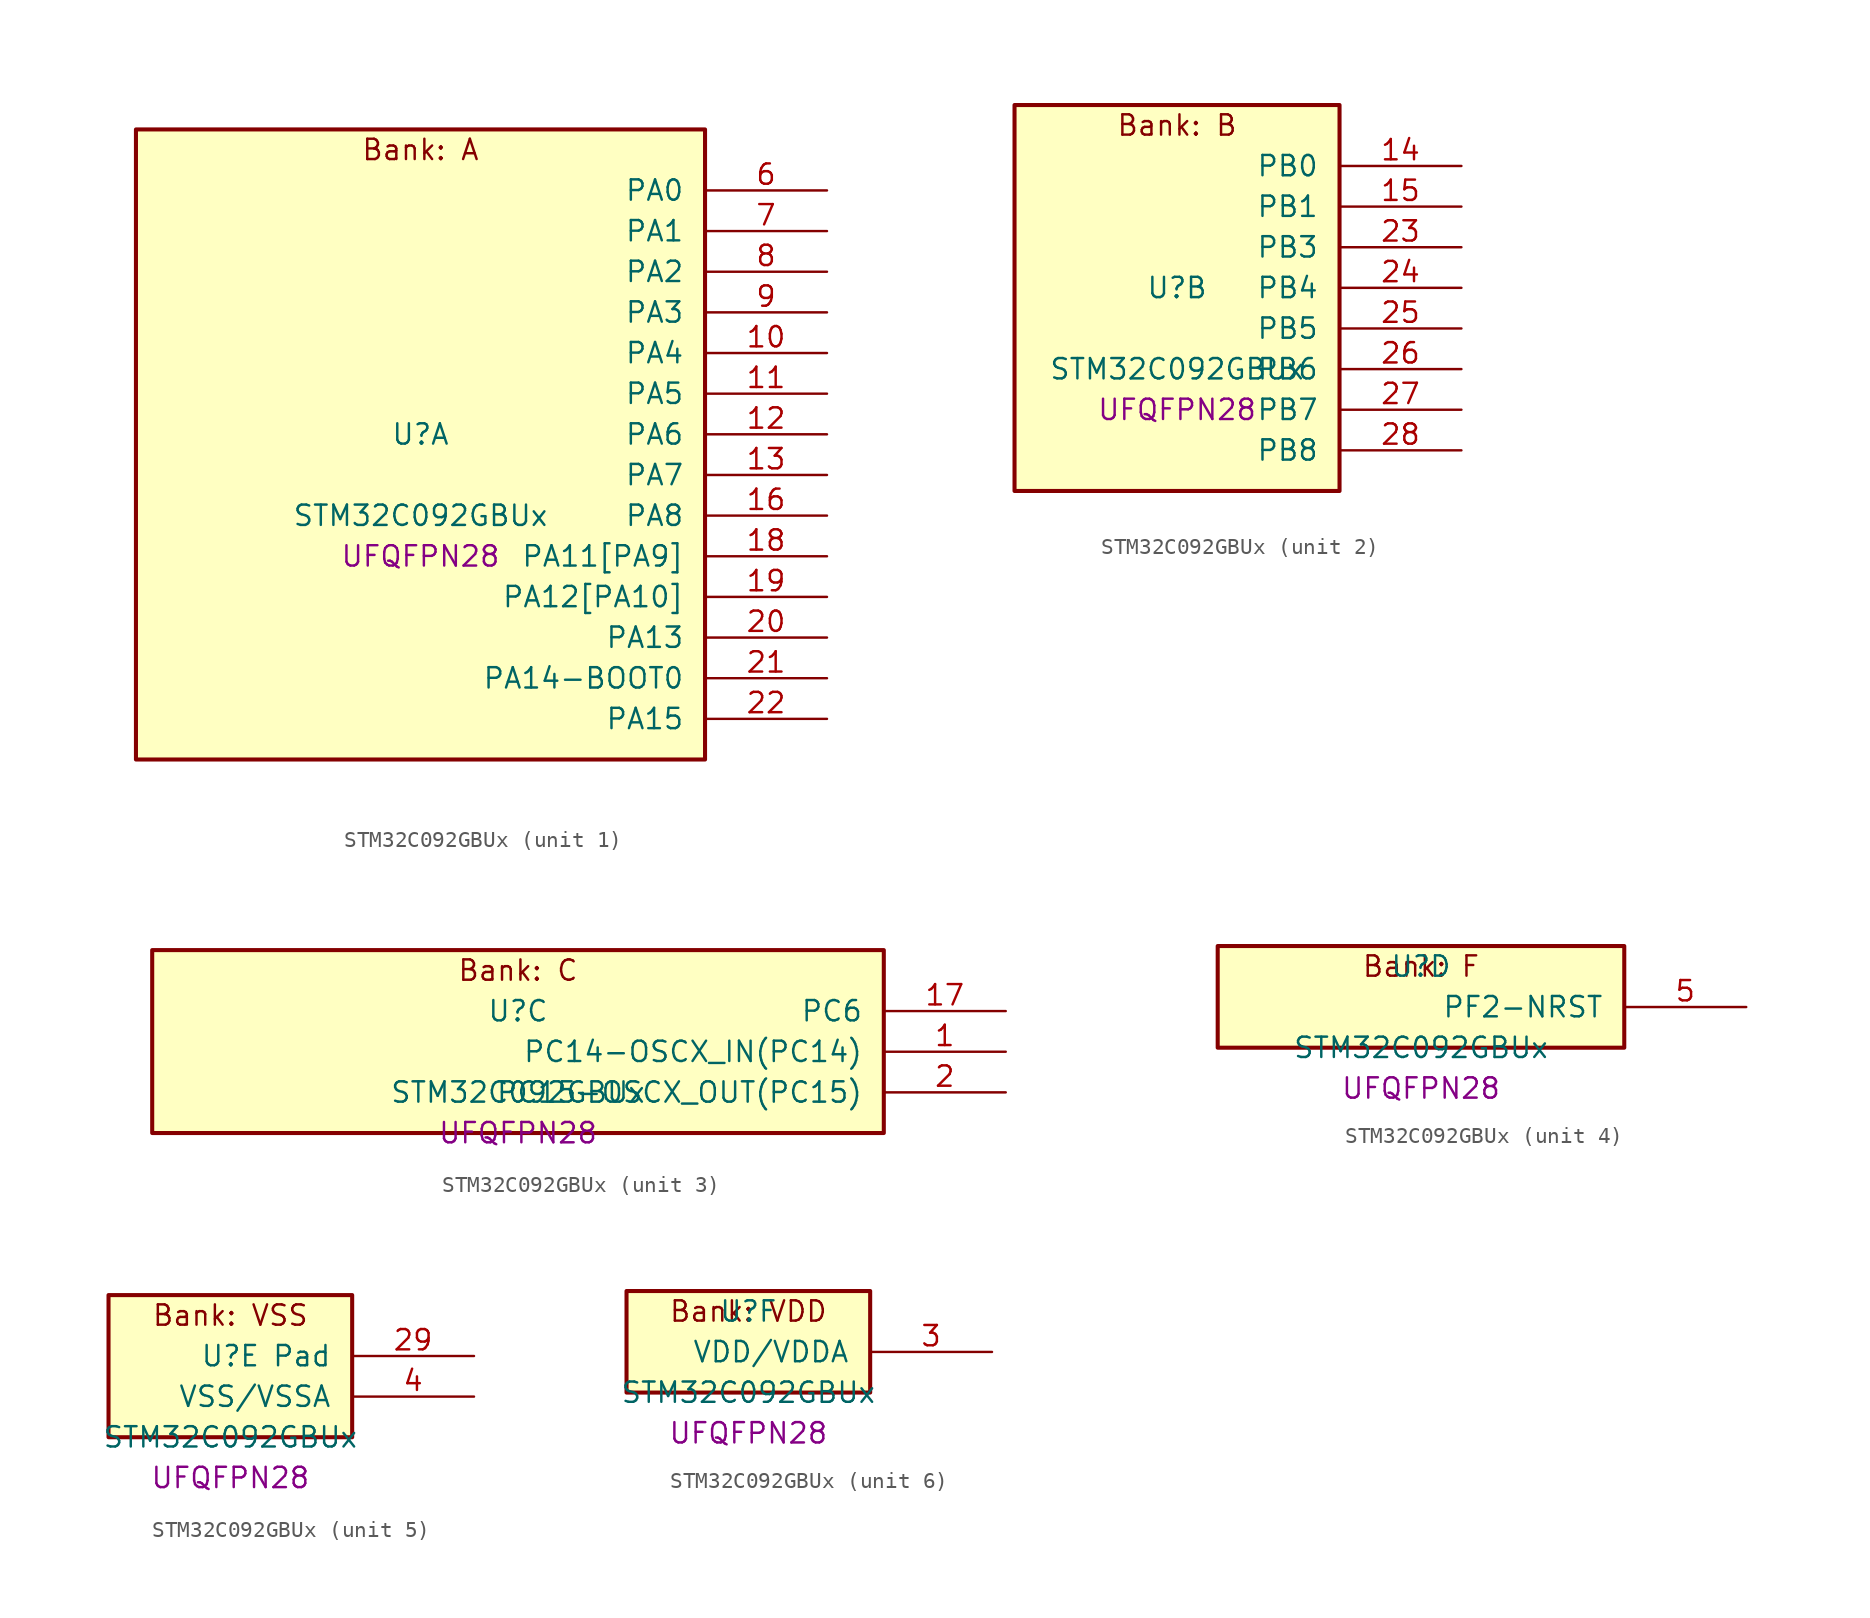
<source format=kicad_sym>
(kicad_symbol_lib
  (version 20241209)
  (generator "stm32_pkl_generator")
  (generator_version "1.0")
  (symbol "STM32C092GBUx"
    (pin_names
      (offset 1.27))
    (property "Reference" "U"
      (at 0 2.54 0))
    (property "Value" "STM32C092GBUx"
      (at 0 -2.54 0))
    (property "Footprint" "UFQFPN28"
      (at 0 -5.08 0))
    (symbol "STM32C092GBUx_1_1"
      (rectangle (start -17.78 21.59) (end 17.78 -17.78) (stroke (width 0.254) (type solid)) (fill (type background)))
      (text "Bank: A" (at 0 20.32 0))
      (pin bidirectional line (at 25.4 17.78 180) (length 7.62) (name "PA0") (number "6") (alternate "PA0/ADC1_IN0" bidirectional line) (alternate "PA0/PWR_WKUP1" bidirectional line) (alternate "PA0/SPI2_SCK" bidirectional line) (alternate "PA0/TIM16_CH1" bidirectional line) (alternate "PA0/TIM1_CH1" bidirectional line) (alternate "PA0/TIM2_CH1" bidirectional line) (alternate "PA0/TIM2_ETR" bidirectional line) (alternate "PA0/USART1_TX" bidirectional line) (alternate "PA0/USART2_CTS" bidirectional line) (alternate "PA0/USART2_NSS" bidirectional line) (alternate "PA0/USART4_TX" bidirectional line))
      (pin bidirectional line (at 25.4 15.24 180) (length 7.62) (name "PA1") (number "7") (alternate "PA1/ADC1_IN1" bidirectional line) (alternate "PA1/I2C1_SMBA" bidirectional line) (alternate "PA1/I2S1_CK" bidirectional line) (alternate "PA1/SPI1_SCK" bidirectional line) (alternate "PA1/TIM15_CH1N" bidirectional line) (alternate "PA1/TIM17_CH1" bidirectional line) (alternate "PA1/TIM1_CH2" bidirectional line) (alternate "PA1/TIM2_CH2" bidirectional line) (alternate "PA1/USART1_RX" bidirectional line) (alternate "PA1/USART2_CK" bidirectional line) (alternate "PA1/USART2_DE" bidirectional line) (alternate "PA1/USART2_RTS" bidirectional line) (alternate "PA1/USART4_RX" bidirectional line))
      (pin bidirectional line (at 25.4 12.7 180) (length 7.62) (name "PA2") (number "8") (alternate "PA2/ADC1_IN2" bidirectional line) (alternate "PA2/I2S1_SD" bidirectional line) (alternate "PA2/PWR_WKUP4" bidirectional line) (alternate "PA2/RCC_LSCO" bidirectional line) (alternate "PA2/SPI1_MOSI" bidirectional line) (alternate "PA2/TIM15_CH1" bidirectional line) (alternate "PA2/TIM16_CH1N" bidirectional line) (alternate "PA2/TIM1_CH3" bidirectional line) (alternate "PA2/TIM2_CH3" bidirectional line) (alternate "PA2/TIM3_ETR" bidirectional line) (alternate "PA2/USART2_TX" bidirectional line))
      (pin bidirectional line (at 25.4 10.16 180) (length 7.62) (name "PA3") (number "9") (alternate "PA3/ADC1_IN3" bidirectional line) (alternate "PA3/SPI2_MISO" bidirectional line) (alternate "PA3/TIM15_CH2" bidirectional line) (alternate "PA3/TIM1_CH1N" bidirectional line) (alternate "PA3/TIM1_CH4" bidirectional line) (alternate "PA3/TIM2_CH4" bidirectional line) (alternate "PA3/USART2_RX" bidirectional line))
      (pin bidirectional line (at 25.4 7.62 180) (length 7.62) (name "PA4") (number "10") (alternate "PA4/ADC1_IN4" bidirectional line) (alternate "PA4/I2S1_WS" bidirectional line) (alternate "PA4/PWR_WKUP2" bidirectional line) (alternate "PA4/RTC_OUT1" bidirectional line) (alternate "PA4/RTC_TS" bidirectional line) (alternate "PA4/SPI1_NSS" bidirectional line) (alternate "PA4/SPI2_MOSI" bidirectional line) (alternate "PA4/TIM14_CH1" bidirectional line) (alternate "PA4/TIM17_CH1N" bidirectional line) (alternate "PA4/TIM1_CH2N" bidirectional line) (alternate "PA4/USART2_TX" bidirectional line))
      (pin bidirectional line (at 25.4 5.08 180) (length 7.62) (name "PA5") (number "11") (alternate "PA5/ADC1_IN5" bidirectional line) (alternate "PA5/I2S1_CK" bidirectional line) (alternate "PA5/SPI1_SCK" bidirectional line) (alternate "PA5/TIM1_CH1" bidirectional line) (alternate "PA5/TIM1_CH3N" bidirectional line) (alternate "PA5/TIM2_CH1" bidirectional line) (alternate "PA5/TIM2_ETR" bidirectional line) (alternate "PA5/USART2_RX" bidirectional line) (alternate "PA5/USART3_TX" bidirectional line))
      (pin bidirectional line (at 25.4 2.54 180) (length 7.62) (name "PA6") (number "12") (alternate "PA6/ADC1_IN6" bidirectional line) (alternate "PA6/I2C2_SDA" bidirectional line) (alternate "PA6/I2S1_MCK" bidirectional line) (alternate "PA6/SPI1_MISO" bidirectional line) (alternate "PA6/TIM16_CH1" bidirectional line) (alternate "PA6/TIM1_BKIN" bidirectional line) (alternate "PA6/TIM3_CH1" bidirectional line) (alternate "PA6/USART3_CTS" bidirectional line) (alternate "PA6/USART3_NSS" bidirectional line))
      (pin bidirectional line (at 25.4 0 180) (length 7.62) (name "PA7") (number "13") (alternate "PA7/ADC1_IN7" bidirectional line) (alternate "PA7/I2C2_SCL" bidirectional line) (alternate "PA7/I2S1_SD" bidirectional line) (alternate "PA7/SPI1_MOSI" bidirectional line) (alternate "PA7/TIM14_CH1" bidirectional line) (alternate "PA7/TIM17_CH1" bidirectional line) (alternate "PA7/TIM1_CH1N" bidirectional line) (alternate "PA7/TIM3_CH2" bidirectional line))
      (pin bidirectional line (at 25.4 -2.54 180) (length 7.62) (name "PA8") (number "16") (alternate "PA8/ADC1_IN8" bidirectional line) (alternate "PA8/I2S1_WS" bidirectional line) (alternate "PA8/RCC_MCO" bidirectional line) (alternate "PA8/RCC_MCO_2" bidirectional line) (alternate "PA8/SPI1_NSS" bidirectional line) (alternate "PA8/SPI2_MISO" bidirectional line) (alternate "PA8/SPI2_NSS" bidirectional line) (alternate "PA8/TIM14_CH1" bidirectional line) (alternate "PA8/TIM1_CH1" bidirectional line) (alternate "PA8/TIM1_CH2N" bidirectional line) (alternate "PA8/TIM1_CH3N" bidirectional line) (alternate "PA8/TIM3_CH3" bidirectional line) (alternate "PA8/TIM3_CH4" bidirectional line) (alternate "PA8/USART1_RX" bidirectional line) (alternate "PA8/USART2_TX" bidirectional line))
      (pin bidirectional line (at 25.4 -5.08 180) (length 7.62) (name "PA11[PA9]") (number "18") (alternate "PA11[PA9]/ADC1_EXTI11" bidirectional line) (alternate "PA11[PA9]/FDCAN1_RX" bidirectional line) (alternate "PA11[PA9]/I2C2_SCL" bidirectional line) (alternate "PA11[PA9]/I2S1_MCK" bidirectional line) (alternate "PA11[PA9]/SPI1_MISO" bidirectional line) (alternate "PA11[PA9]/TIM1_BKIN2" bidirectional line) (alternate "PA11[PA9]/TIM1_CH4" bidirectional line) (alternate "PA11[PA9]/USART1_CTS" bidirectional line) (alternate "PA11[PA9]/USART1_NSS" bidirectional line) (alternate "PA11[PA9]/PA9[PA11]" bidirectional line) (alternate "PA11[PA9]/I2C1_SCL" bidirectional line) (alternate "PA11[PA9]/RCC_MCO" bidirectional line) (alternate "PA11[PA9]/SPI2_MISO" bidirectional line) (alternate "PA11[PA9]/TIM15_BKIN" bidirectional line) (alternate "PA11[PA9]/TIM1_CH2" bidirectional line) (alternate "PA11[PA9]/TIM3_ETR" bidirectional line) (alternate "PA11[PA9]/USART1_TX" bidirectional line))
      (pin bidirectional line (at 25.4 -7.62 180) (length 7.62) (name "PA12[PA10]") (number "19") (alternate "PA12[PA10]/FDCAN1_TX" bidirectional line) (alternate "PA12[PA10]/I2C2_SDA" bidirectional line) (alternate "PA12[PA10]/I2S1_SD" bidirectional line) (alternate "PA12[PA10]/I2S_CKIN" bidirectional line) (alternate "PA12[PA10]/SPI1_MOSI" bidirectional line) (alternate "PA12[PA10]/TIM1_ETR" bidirectional line) (alternate "PA12[PA10]/USART1_CK" bidirectional line) (alternate "PA12[PA10]/USART1_DE" bidirectional line) (alternate "PA12[PA10]/USART1_RTS" bidirectional line) (alternate "PA12[PA10]/PA10[PA12]" bidirectional line) (alternate "PA12[PA10]/I2C1_SDA" bidirectional line) (alternate "PA12[PA10]/RCC_MCO_2" bidirectional line) (alternate "PA12[PA10]/SPI2_MOSI" bidirectional line) (alternate "PA12[PA10]/TIM17_BKIN" bidirectional line) (alternate "PA12[PA10]/TIM1_CH3" bidirectional line) (alternate "PA12[PA10]/USART1_RX" bidirectional line))
      (pin bidirectional line (at 25.4 -10.16 180) (length 7.62) (name "PA13") (number "20") (alternate "PA13/ADC1_IN13" bidirectional line) (alternate "PA13/DEBUG_SWDIO" bidirectional line) (alternate "PA13/IR_OUT" bidirectional line) (alternate "PA13/TIM3_ETR" bidirectional line) (alternate "PA13/USART2_RX" bidirectional line))
      (pin bidirectional line (at 25.4 -12.7 180) (length 7.62) (name "PA14-BOOT0") (number "21") (alternate "PA14-BOOT0/ADC1_IN14" bidirectional line) (alternate "PA14-BOOT0/BOOT0" bidirectional line) (alternate "PA14-BOOT0/DEBUG_SWCLK" bidirectional line) (alternate "PA14-BOOT0/I2S1_WS" bidirectional line) (alternate "PA14-BOOT0/RCC_MCO_2" bidirectional line) (alternate "PA14-BOOT0/SPI1_NSS" bidirectional line) (alternate "PA14-BOOT0/TIM1_CH1" bidirectional line) (alternate "PA14-BOOT0/USART1_CK" bidirectional line) (alternate "PA14-BOOT0/USART1_DE" bidirectional line) (alternate "PA14-BOOT0/USART1_RTS" bidirectional line) (alternate "PA14-BOOT0/USART2_RX" bidirectional line) (alternate "PA14-BOOT0/USART2_TX" bidirectional line))
      (pin bidirectional line (at 25.4 -15.24 180) (length 7.62) (name "PA15") (number "22") (alternate "PA15/I2S1_WS" bidirectional line) (alternate "PA15/RCC_MCO_2" bidirectional line) (alternate "PA15/SPI1_NSS" bidirectional line) (alternate "PA15/TIM1_CH1" bidirectional line) (alternate "PA15/TIM2_CH1" bidirectional line) (alternate "PA15/TIM2_ETR" bidirectional line) (alternate "PA15/USART1_CK" bidirectional line) (alternate "PA15/USART1_DE" bidirectional line) (alternate "PA15/USART1_RTS" bidirectional line) (alternate "PA15/USART2_RX" bidirectional line) (alternate "PA15/USART3_CK" bidirectional line) (alternate "PA15/USART3_DE" bidirectional line) (alternate "PA15/USART3_RTS" bidirectional line) (alternate "PA15/USART4_CK" bidirectional line) (alternate "PA15/USART4_DE" bidirectional line) (alternate "PA15/USART4_RTS" bidirectional line)))
    (symbol "STM32C092GBUx_2_1"
      (rectangle (start -10.16 13.97) (end 10.16 -10.16) (stroke (width 0.254) (type solid)) (fill (type background)))
      (text "Bank: B" (at 0 12.7 0))
      (pin bidirectional line (at 17.78 10.16 180) (length 7.62) (name "PB0") (number "14") (alternate "PB0/ADC1_IN17" bidirectional line) (alternate "PB0/FDCAN1_RX" bidirectional line) (alternate "PB0/I2S1_WS" bidirectional line) (alternate "PB0/SPI1_NSS" bidirectional line) (alternate "PB0/TIM1_CH2N" bidirectional line) (alternate "PB0/TIM3_CH3" bidirectional line) (alternate "PB0/USART3_RX" bidirectional line))
      (pin bidirectional line (at 17.78 7.62 180) (length 7.62) (name "PB1") (number "15") (alternate "PB1/ADC1_IN18" bidirectional line) (alternate "PB1/FDCAN1_TX" bidirectional line) (alternate "PB1/TIM14_CH1" bidirectional line) (alternate "PB1/TIM1_CH2N" bidirectional line) (alternate "PB1/TIM1_CH3N" bidirectional line) (alternate "PB1/TIM3_CH4" bidirectional line) (alternate "PB1/USART3_CK" bidirectional line) (alternate "PB1/USART3_DE" bidirectional line) (alternate "PB1/USART3_RTS" bidirectional line))
      (pin bidirectional line (at 17.78 5.08 180) (length 7.62) (name "PB3") (number "23") (alternate "PB3/I2C2_SCL" bidirectional line) (alternate "PB3/I2S1_CK" bidirectional line) (alternate "PB3/SPI1_SCK" bidirectional line) (alternate "PB3/TIM1_CH2" bidirectional line) (alternate "PB3/TIM2_CH2" bidirectional line) (alternate "PB3/TIM3_CH2" bidirectional line) (alternate "PB3/USART1_CK" bidirectional line) (alternate "PB3/USART1_DE" bidirectional line) (alternate "PB3/USART1_RTS" bidirectional line))
      (pin bidirectional line (at 17.78 2.54 180) (length 7.62) (name "PB4") (number "24") (alternate "PB4/I2C2_SDA" bidirectional line) (alternate "PB4/I2S1_MCK" bidirectional line) (alternate "PB4/SPI1_MISO" bidirectional line) (alternate "PB4/TIM17_BKIN" bidirectional line) (alternate "PB4/TIM3_CH1" bidirectional line) (alternate "PB4/USART1_CTS" bidirectional line) (alternate "PB4/USART1_NSS" bidirectional line))
      (pin bidirectional line (at 17.78 0 180) (length 7.62) (name "PB5") (number "25") (alternate "PB5/FDCAN1_RX" bidirectional line) (alternate "PB5/I2C1_SMBA" bidirectional line) (alternate "PB5/I2S1_SD" bidirectional line) (alternate "PB5/PWR_WKUP6" bidirectional line) (alternate "PB5/SPI1_MOSI" bidirectional line) (alternate "PB5/TIM16_BKIN" bidirectional line) (alternate "PB5/TIM3_CH2" bidirectional line) (alternate "PB5/TIM3_CH3" bidirectional line))
      (pin bidirectional line (at 17.78 -2.54 180) (length 7.62) (name "PB6") (number "26") (alternate "PB6/FDCAN1_TX" bidirectional line) (alternate "PB6/I2C1_SCL" bidirectional line) (alternate "PB6/I2C1_SMBA" bidirectional line) (alternate "PB6/I2S1_CK" bidirectional line) (alternate "PB6/I2S1_MCK" bidirectional line) (alternate "PB6/I2S1_SD" bidirectional line) (alternate "PB6/PWR_WKUP3" bidirectional line) (alternate "PB6/SPI1_MISO" bidirectional line) (alternate "PB6/SPI1_MOSI" bidirectional line) (alternate "PB6/SPI1_SCK" bidirectional line) (alternate "PB6/SPI2_MISO" bidirectional line) (alternate "PB6/TIM16_BKIN" bidirectional line) (alternate "PB6/TIM16_CH1N" bidirectional line) (alternate "PB6/TIM1_CH2" bidirectional line) (alternate "PB6/TIM1_CH3" bidirectional line) (alternate "PB6/TIM3_CH1" bidirectional line) (alternate "PB6/TIM3_CH2" bidirectional line) (alternate "PB6/TIM3_CH3" bidirectional line) (alternate "PB6/USART1_CTS" bidirectional line) (alternate "PB6/USART1_NSS" bidirectional line) (alternate "PB6/USART1_TX" bidirectional line))
      (pin bidirectional line (at 17.78 -5.08 180) (length 7.62) (name "PB7") (number "27") (alternate "PB7/I2C1_SCL" bidirectional line) (alternate "PB7/I2C1_SDA" bidirectional line) (alternate "PB7/RTC_REFIN" bidirectional line) (alternate "PB7/SPI2_MOSI" bidirectional line) (alternate "PB7/TIM16_CH1" bidirectional line) (alternate "PB7/TIM17_CH1N" bidirectional line) (alternate "PB7/TIM1_CH4" bidirectional line) (alternate "PB7/TIM3_CH1" bidirectional line) (alternate "PB7/TIM3_CH4" bidirectional line) (alternate "PB7/USART1_RX" bidirectional line) (alternate "PB7/USART2_CTS" bidirectional line) (alternate "PB7/USART2_NSS" bidirectional line) (alternate "PB7/USART4_CTS" bidirectional line) (alternate "PB7/USART4_NSS" bidirectional line))
      (pin bidirectional line (at 17.78 -7.62 180) (length 7.62) (name "PB8") (number "28") (alternate "PB8/FDCAN1_RX" bidirectional line) (alternate "PB8/I2C1_SCL" bidirectional line) (alternate "PB8/SPI2_SCK" bidirectional line) (alternate "PB8/TIM15_BKIN" bidirectional line) (alternate "PB8/TIM16_CH1" bidirectional line) (alternate "PB8/TIM3_CH1" bidirectional line) (alternate "PB8/USART2_CTS" bidirectional line) (alternate "PB8/USART2_NSS" bidirectional line) (alternate "PB8/USART3_TX" bidirectional line)))
    (symbol "STM32C092GBUx_3_1"
      (rectangle (start -22.86 6.35) (end 22.86 -5.08) (stroke (width 0.254) (type solid)) (fill (type background)))
      (text "Bank: C" (at 0 5.08 0))
      (pin bidirectional line (at 30.48 2.54 180) (length 7.62) (name "PC6") (number "17") (alternate "PC6/TIM2_CH3" bidirectional line) (alternate "PC6/TIM3_CH1" bidirectional line))
      (pin bidirectional line (at 30.48 0 180) (length 7.62) (name "PC14-OSCX_IN(PC14)") (number "1") (alternate "PC14-OSCX_IN(PC14)/FDCAN1_TX" bidirectional line) (alternate "PC14-OSCX_IN(PC14)/I2C1_SDA" bidirectional line) (alternate "PC14-OSCX_IN(PC14)/IR_OUT" bidirectional line) (alternate "PC14-OSCX_IN(PC14)/RCC_OSCX_IN" bidirectional line) (alternate "PC14-OSCX_IN(PC14)/SPI2_NSS" bidirectional line) (alternate "PC14-OSCX_IN(PC14)/TIM17_CH1" bidirectional line) (alternate "PC14-OSCX_IN(PC14)/TIM1_BKIN2" bidirectional line) (alternate "PC14-OSCX_IN(PC14)/TIM1_ETR" bidirectional line) (alternate "PC14-OSCX_IN(PC14)/TIM3_CH2" bidirectional line) (alternate "PC14-OSCX_IN(PC14)/USART1_TX" bidirectional line) (alternate "PC14-OSCX_IN(PC14)/USART2_CK" bidirectional line) (alternate "PC14-OSCX_IN(PC14)/USART2_DE" bidirectional line) (alternate "PC14-OSCX_IN(PC14)/USART2_RTS" bidirectional line) (alternate "PC14-OSCX_IN(PC14)/USART3_TX" bidirectional line))
      (pin bidirectional line (at 30.48 -2.54 180) (length 7.62) (name "PC15-OSCX_OUT(PC15)") (number "2") (alternate "PC15-OSCX_OUT(PC15)/RCC_OSC32_EN" bidirectional line) (alternate "PC15-OSCX_OUT(PC15)/RCC_OSCX_OUT" bidirectional line) (alternate "PC15-OSCX_OUT(PC15)/RCC_OSC_EN" bidirectional line) (alternate "PC15-OSCX_OUT(PC15)/TIM15_BKIN" bidirectional line) (alternate "PC15-OSCX_OUT(PC15)/TIM1_ETR" bidirectional line) (alternate "PC15-OSCX_OUT(PC15)/TIM3_CH3" bidirectional line)))
    (symbol "STM32C092GBUx_4_1"
      (rectangle (start -12.7 3.81) (end 12.7 -2.54) (stroke (width 0.254) (type solid)) (fill (type background)))
      (text "Bank: F" (at 0 2.54 0))
      (pin bidirectional line (at 20.32 0 180) (length 7.62) (name "PF2-NRST") (number "5") (alternate "PF2-NRST/RCC_MCO" bidirectional line) (alternate "PF2-NRST/TIM1_CH4" bidirectional line)))
    (symbol "STM32C092GBUx_5_1"
      (rectangle (start -7.62 6.35) (end 7.62 -2.54) (stroke (width 0.254) (type solid)) (fill (type background)))
      (text "Bank: VSS" (at 0 5.08 0))
      (pin passive line (at 15.24 2.54 180) (length 7.62) (name "Pad") (number "29"))
      (pin power_in line (at 15.24 0 180) (length 7.62) (name "VSS/VSSA") (number "4")))
    (symbol "STM32C092GBUx_6_1"
      (rectangle (start -7.62 3.81) (end 7.62 -2.54) (stroke (width 0.254) (type solid)) (fill (type background)))
      (text "Bank: VDD" (at 0 2.54 0))
      (pin power_in line (at 15.24 0 180) (length 7.62) (name "VDD/VDDA") (number "3")))))
</source>
